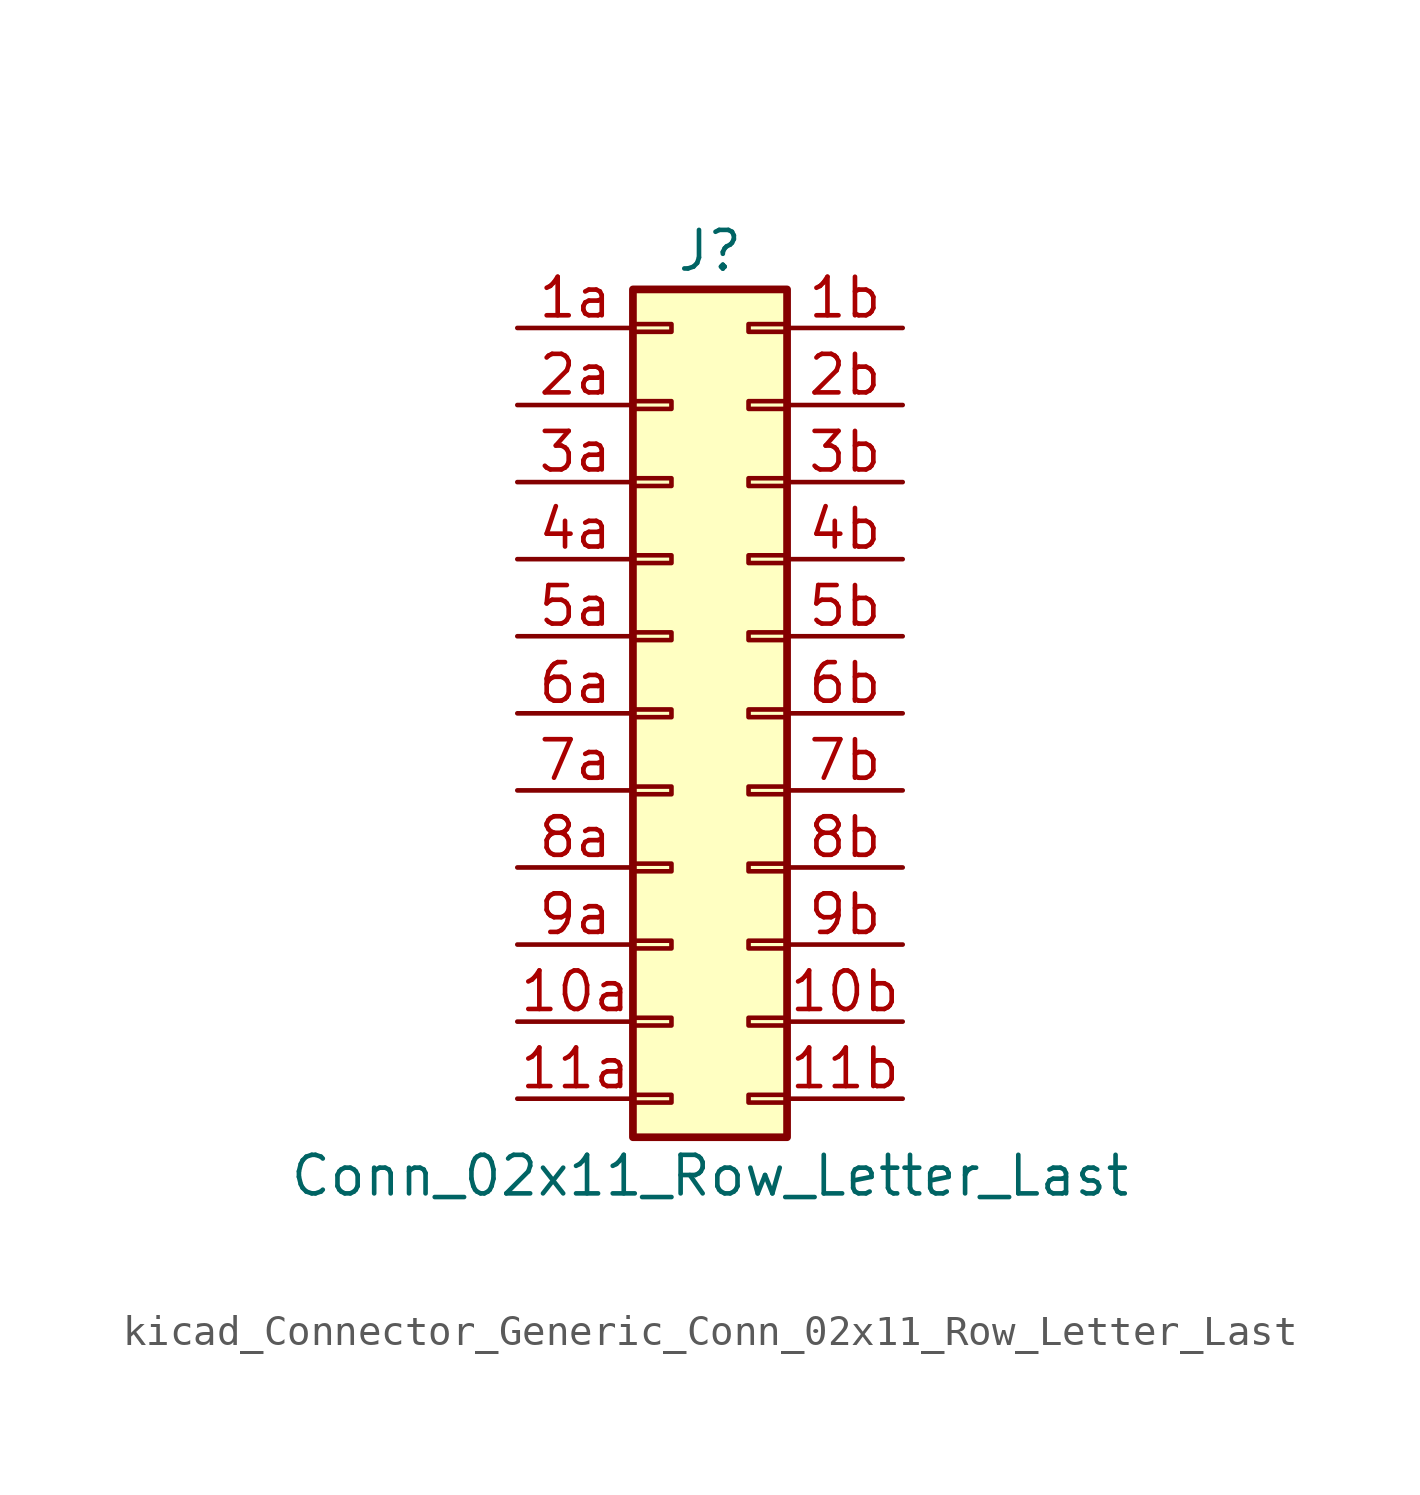
<source format=kicad_sym>
(kicad_symbol_lib
  (version 20220914)
  (generator kicad_symbol_editor)
  (symbol "kicad_Connector_Generic_Conn_02x11_Row_Letter_Last"
    (pin_names
      (offset 1.016) hide)
    (property "Reference" "J"
      (at 1.27 15.24 0)
      (effects (font (size 1.27 1.27))))
    (property "Value" "Conn_02x11_Row_Letter_Last"
      (at 1.27 -15.24 0)
      (effects (font (size 1.27 1.27))))
    (symbol "kicad_Connector_Generic_Conn_02x11_Row_Letter_Last_1_1"
      (rectangle (start -1.27 -12.573) (end 0 -12.827) (stroke (width 0.152) (type default)) (fill (type none)))
      (rectangle (start -1.27 -10.033) (end 0 -10.287) (stroke (width 0.152) (type default)) (fill (type none)))
      (rectangle (start -1.27 -7.493) (end 0 -7.747) (stroke (width 0.152) (type default)) (fill (type none)))
      (rectangle (start -1.27 -4.953) (end 0 -5.207) (stroke (width 0.152) (type default)) (fill (type none)))
      (rectangle (start -1.27 -2.413) (end 0 -2.667) (stroke (width 0.152) (type default)) (fill (type none)))
      (rectangle (start -1.27 0.127) (end 0 -0.127) (stroke (width 0.152) (type default)) (fill (type none)))
      (rectangle (start -1.27 2.667) (end 0 2.413) (stroke (width 0.152) (type default)) (fill (type none)))
      (rectangle (start -1.27 5.207) (end 0 4.953) (stroke (width 0.152) (type default)) (fill (type none)))
      (rectangle (start -1.27 7.747) (end 0 7.493) (stroke (width 0.152) (type default)) (fill (type none)))
      (rectangle (start -1.27 10.287) (end 0 10.033) (stroke (width 0.152) (type default)) (fill (type none)))
      (rectangle (start -1.27 12.827) (end 0 12.573) (stroke (width 0.152) (type default)) (fill (type none)))
      (rectangle (start -1.27 13.97) (end 3.81 -13.97) (stroke (width 0.254) (type default)) (fill (type background)))
      (rectangle (start 3.81 -12.573) (end 2.54 -12.827) (stroke (width 0.152) (type default)) (fill (type none)))
      (rectangle (start 3.81 -10.033) (end 2.54 -10.287) (stroke (width 0.152) (type default)) (fill (type none)))
      (rectangle (start 3.81 -7.493) (end 2.54 -7.747) (stroke (width 0.152) (type default)) (fill (type none)))
      (rectangle (start 3.81 -4.953) (end 2.54 -5.207) (stroke (width 0.152) (type default)) (fill (type none)))
      (rectangle (start 3.81 -2.413) (end 2.54 -2.667) (stroke (width 0.152) (type default)) (fill (type none)))
      (rectangle (start 3.81 0.127) (end 2.54 -0.127) (stroke (width 0.152) (type default)) (fill (type none)))
      (rectangle (start 3.81 2.667) (end 2.54 2.413) (stroke (width 0.152) (type default)) (fill (type none)))
      (rectangle (start 3.81 5.207) (end 2.54 4.953) (stroke (width 0.152) (type default)) (fill (type none)))
      (rectangle (start 3.81 7.747) (end 2.54 7.493) (stroke (width 0.152) (type default)) (fill (type none)))
      (rectangle (start 3.81 10.287) (end 2.54 10.033) (stroke (width 0.152) (type default)) (fill (type none)))
      (rectangle (start 3.81 12.827) (end 2.54 12.573) (stroke (width 0.152) (type default)) (fill (type none)))
      (pin passive line (at -5.08 -10.16 0) (length 3.81) (name "Pin_10a" (effects (font (size 1.27 1.27)))) (number "10a" (effects (font (size 1.27 1.27)))))
      (pin passive line (at 7.62 -10.16 180) (length 3.81) (name "Pin_10b" (effects (font (size 1.27 1.27)))) (number "10b" (effects (font (size 1.27 1.27)))))
      (pin passive line (at -5.08 -12.7 0) (length 3.81) (name "Pin_11a" (effects (font (size 1.27 1.27)))) (number "11a" (effects (font (size 1.27 1.27)))))
      (pin passive line (at 7.62 -12.7 180) (length 3.81) (name "Pin_11b" (effects (font (size 1.27 1.27)))) (number "11b" (effects (font (size 1.27 1.27)))))
      (pin passive line (at -5.08 12.7 0) (length 3.81) (name "Pin_1a" (effects (font (size 1.27 1.27)))) (number "1a" (effects (font (size 1.27 1.27)))))
      (pin passive line (at 7.62 12.7 180) (length 3.81) (name "Pin_1b" (effects (font (size 1.27 1.27)))) (number "1b" (effects (font (size 1.27 1.27)))))
      (pin passive line (at -5.08 10.16 0) (length 3.81) (name "Pin_2a" (effects (font (size 1.27 1.27)))) (number "2a" (effects (font (size 1.27 1.27)))))
      (pin passive line (at 7.62 10.16 180) (length 3.81) (name "Pin_2b" (effects (font (size 1.27 1.27)))) (number "2b" (effects (font (size 1.27 1.27)))))
      (pin passive line (at -5.08 7.62 0) (length 3.81) (name "Pin_3a" (effects (font (size 1.27 1.27)))) (number "3a" (effects (font (size 1.27 1.27)))))
      (pin passive line (at 7.62 7.62 180) (length 3.81) (name "Pin_3b" (effects (font (size 1.27 1.27)))) (number "3b" (effects (font (size 1.27 1.27)))))
      (pin passive line (at -5.08 5.08 0) (length 3.81) (name "Pin_4a" (effects (font (size 1.27 1.27)))) (number "4a" (effects (font (size 1.27 1.27)))))
      (pin passive line (at 7.62 5.08 180) (length 3.81) (name "Pin_4b" (effects (font (size 1.27 1.27)))) (number "4b" (effects (font (size 1.27 1.27)))))
      (pin passive line (at -5.08 2.54 0) (length 3.81) (name "Pin_5a" (effects (font (size 1.27 1.27)))) (number "5a" (effects (font (size 1.27 1.27)))))
      (pin passive line (at 7.62 2.54 180) (length 3.81) (name "Pin_5b" (effects (font (size 1.27 1.27)))) (number "5b" (effects (font (size 1.27 1.27)))))
      (pin passive line (at -5.08 0 0) (length 3.81) (name "Pin_6a" (effects (font (size 1.27 1.27)))) (number "6a" (effects (font (size 1.27 1.27)))))
      (pin passive line (at 7.62 0 180) (length 3.81) (name "Pin_6b" (effects (font (size 1.27 1.27)))) (number "6b" (effects (font (size 1.27 1.27)))))
      (pin passive line (at -5.08 -2.54 0) (length 3.81) (name "Pin_7a" (effects (font (size 1.27 1.27)))) (number "7a" (effects (font (size 1.27 1.27)))))
      (pin passive line (at 7.62 -2.54 180) (length 3.81) (name "Pin_7b" (effects (font (size 1.27 1.27)))) (number "7b" (effects (font (size 1.27 1.27)))))
      (pin passive line (at -5.08 -5.08 0) (length 3.81) (name "Pin_8a" (effects (font (size 1.27 1.27)))) (number "8a" (effects (font (size 1.27 1.27)))))
      (pin passive line (at 7.62 -5.08 180) (length 3.81) (name "Pin_8b" (effects (font (size 1.27 1.27)))) (number "8b" (effects (font (size 1.27 1.27)))))
      (pin passive line (at -5.08 -7.62 0) (length 3.81) (name "Pin_9a" (effects (font (size 1.27 1.27)))) (number "9a" (effects (font (size 1.27 1.27)))))
      (pin passive line (at 7.62 -7.62 180) (length 3.81) (name "Pin_9b" (effects (font (size 1.27 1.27)))) (number "9b" (effects (font (size 1.27 1.27))))))))
</source>
